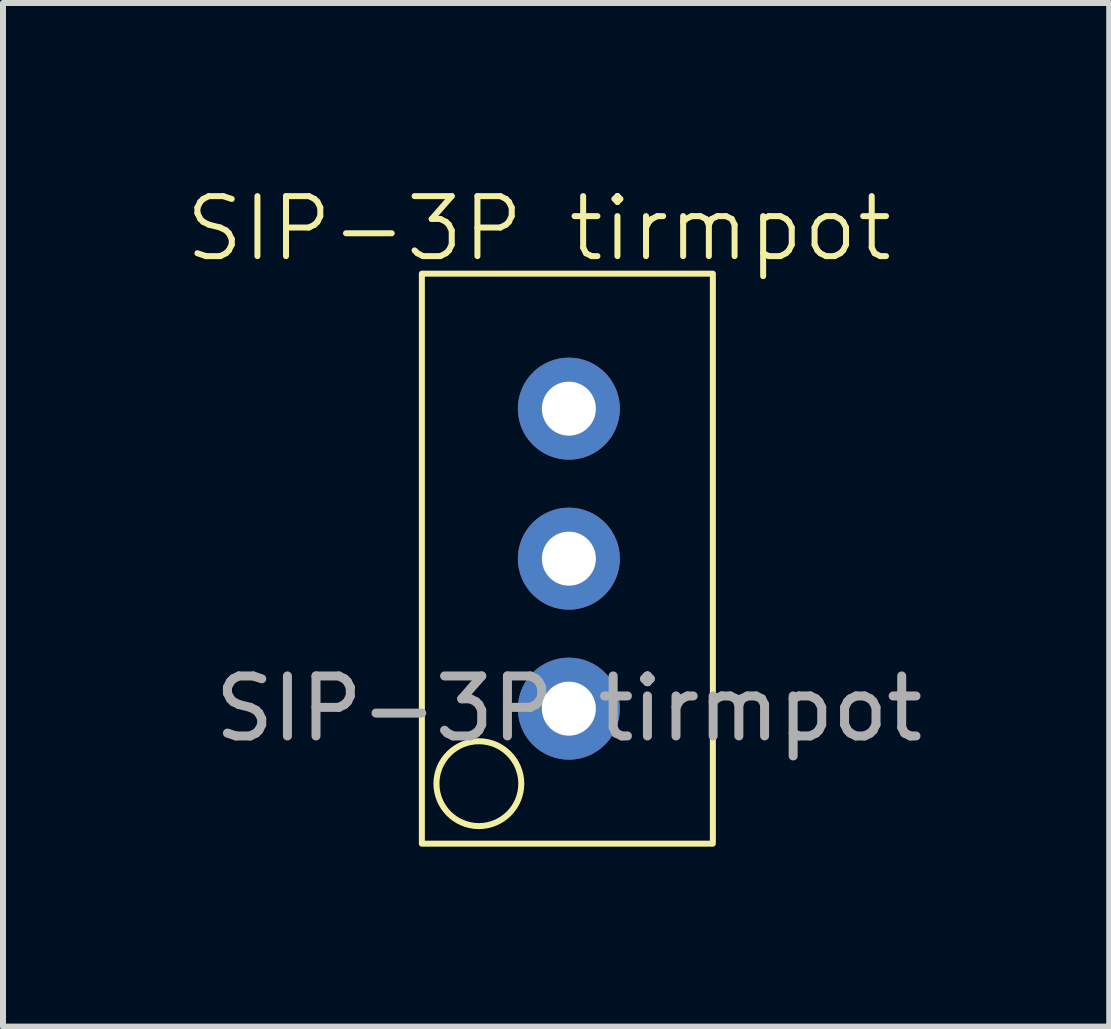
<source format=kicad_pcb>
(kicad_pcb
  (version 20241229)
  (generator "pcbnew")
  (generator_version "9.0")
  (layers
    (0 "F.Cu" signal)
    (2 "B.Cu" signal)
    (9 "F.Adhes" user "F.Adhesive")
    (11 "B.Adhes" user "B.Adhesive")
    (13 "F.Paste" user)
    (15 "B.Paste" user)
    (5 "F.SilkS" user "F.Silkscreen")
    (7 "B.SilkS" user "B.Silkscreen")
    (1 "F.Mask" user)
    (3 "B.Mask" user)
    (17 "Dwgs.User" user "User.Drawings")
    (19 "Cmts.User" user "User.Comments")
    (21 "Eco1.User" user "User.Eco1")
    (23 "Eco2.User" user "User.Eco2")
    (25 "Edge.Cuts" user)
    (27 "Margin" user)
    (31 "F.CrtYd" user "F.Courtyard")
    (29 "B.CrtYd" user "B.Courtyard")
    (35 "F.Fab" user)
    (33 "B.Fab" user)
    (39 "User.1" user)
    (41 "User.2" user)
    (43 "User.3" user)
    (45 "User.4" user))
  (footprint "SIP-3P tirmpot"
    (layer "F.Cu")
    (at 6.431 6.261)
    (property "Reference" "SIP-3P tirmpot" (at -0.5 -5.5 0) (unlocked yes) (layer "F.SilkS") (effects (font (size 1 1) (thickness 0.1))))
    (attr smd)
    (fp_rect (start -2.45 -4.75) (end 2.4 4.75) (stroke (width 0.1) (type default)) (fill no) (layer "F.SilkS"))
    (fp_circle (center -1.5 3.75) (end -1 4.25) (stroke (width 0.1) (type default)) (fill no) (layer "F.SilkS"))
    (fp_text user "${REFERENCE}" (at 0 2.5 0) (unlocked yes) (layer "F.Fab") (effects (font (size 1 1) (thickness 0.15))))
    (pad "1" thru_hole circle (at 0 -2.5) (size 1.7 1.7) (drill 0.9) (layers "*.Cu" "*.Mask"))
    (pad "2" thru_hole circle (at 0 0) (size 1.7 1.7) (drill 0.9) (layers "*.Cu" "*.Mask"))
    (pad "3" thru_hole circle (at 0 2.5) (size 1.7 1.7) (drill 0.9) (layers "*.Cu" "*.Mask"))
    (zone (net_name "") (layer "F.Fab") (hatch edge 0.5) (connect_pads) (min_thickness 0.25) (filled_areas_thickness no) (keepout (tracks allowed) (vias allowed) (pads not_allowed) (copperpour allowed) (footprints allowed)) (placement (enabled no)) (fill) (polygon (pts (xy 3.981 1.51) (xy 8.831 1.51) (xy 8.831 11.011) (xy 3.981 11.011)))))
  (gr_rect
    (start -3 -3)
    (end 15.437 14.06)
    (stroke (width 0.1) (type default))
    (fill no)
    (layer "Edge.Cuts")))
</source>
